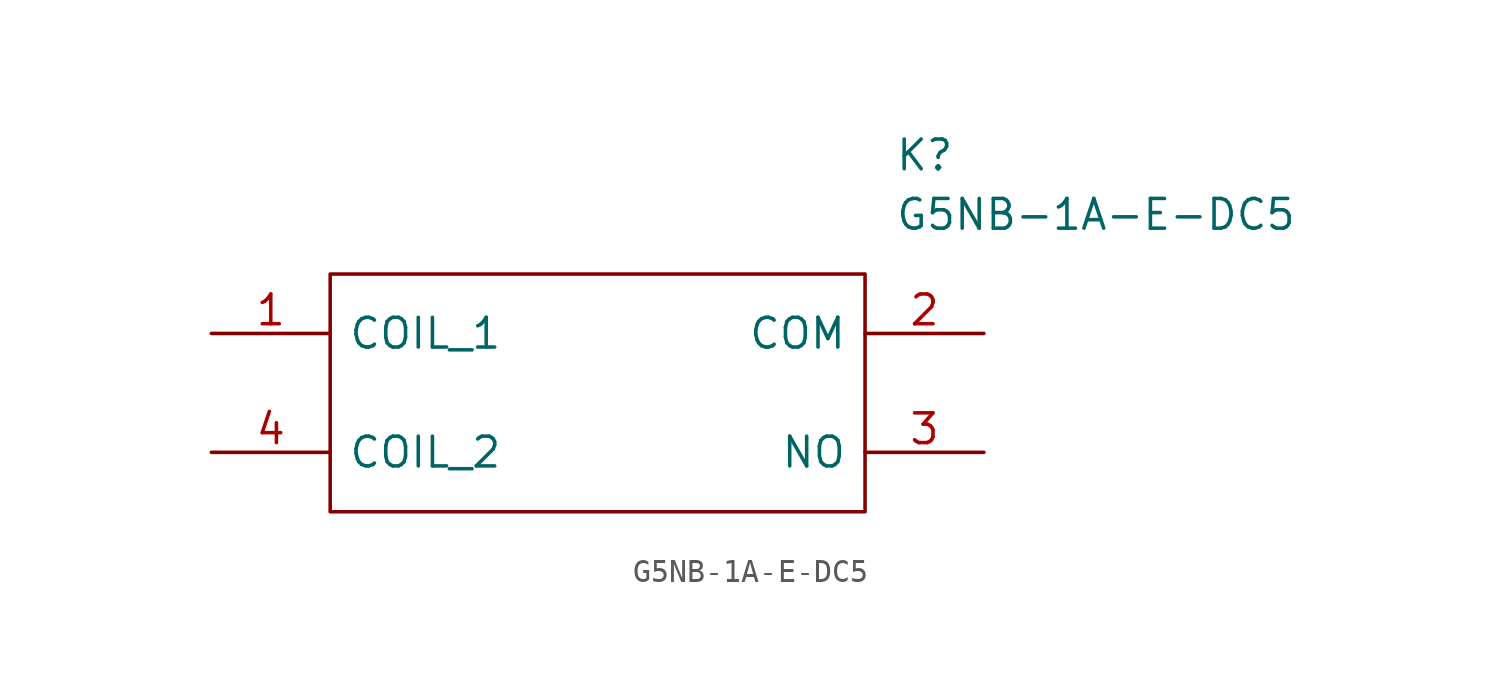
<source format=kicad_sym>
(kicad_symbol_lib
  (version 20211014)
  (generator kicad_symbol_editor)
  (symbol "G5NB-1A-E-DC5"
    (pin_names
      (offset 0.762))
    (property "Reference" "K"
      (at 29.21 7.62 0)
      (effects (font (size 1.27 1.27)) (justify left)))
    (property "Value" "G5NB-1A-E-DC5"
      (at 29.21 5.08 0)
      (effects (font (size 1.27 1.27)) (justify left)))
    (symbol "G5NB-1A-E-DC5_0_0"
      (pin passive line (at 0 0 0) (length 5.08) (name "COIL_1" (effects (font (size 1.27 1.27)))) (number "1" (effects (font (size 1.27 1.27)))))
      (pin passive line (at 33.02 0 180) (length 5.08) (name "COM" (effects (font (size 1.27 1.27)))) (number "2" (effects (font (size 1.27 1.27)))))
      (pin passive line (at 33.02 -5.08 180) (length 5.08) (name "NO" (effects (font (size 1.27 1.27)))) (number "3" (effects (font (size 1.27 1.27)))))
      (pin passive line (at 0 -5.08 0) (length 5.08) (name "COIL_2" (effects (font (size 1.27 1.27)))) (number "4" (effects (font (size 1.27 1.27))))))
    (symbol "G5NB-1A-E-DC5_0_1"
      (polyline (pts (xy 5.08 2.54) (xy 27.94 2.54) (xy 27.94 -7.62) (xy 5.08 -7.62) (xy 5.08 2.54)) (stroke (width 0.152) (type default) (color 0 0 0 0)) (fill (type none))))))
</source>
